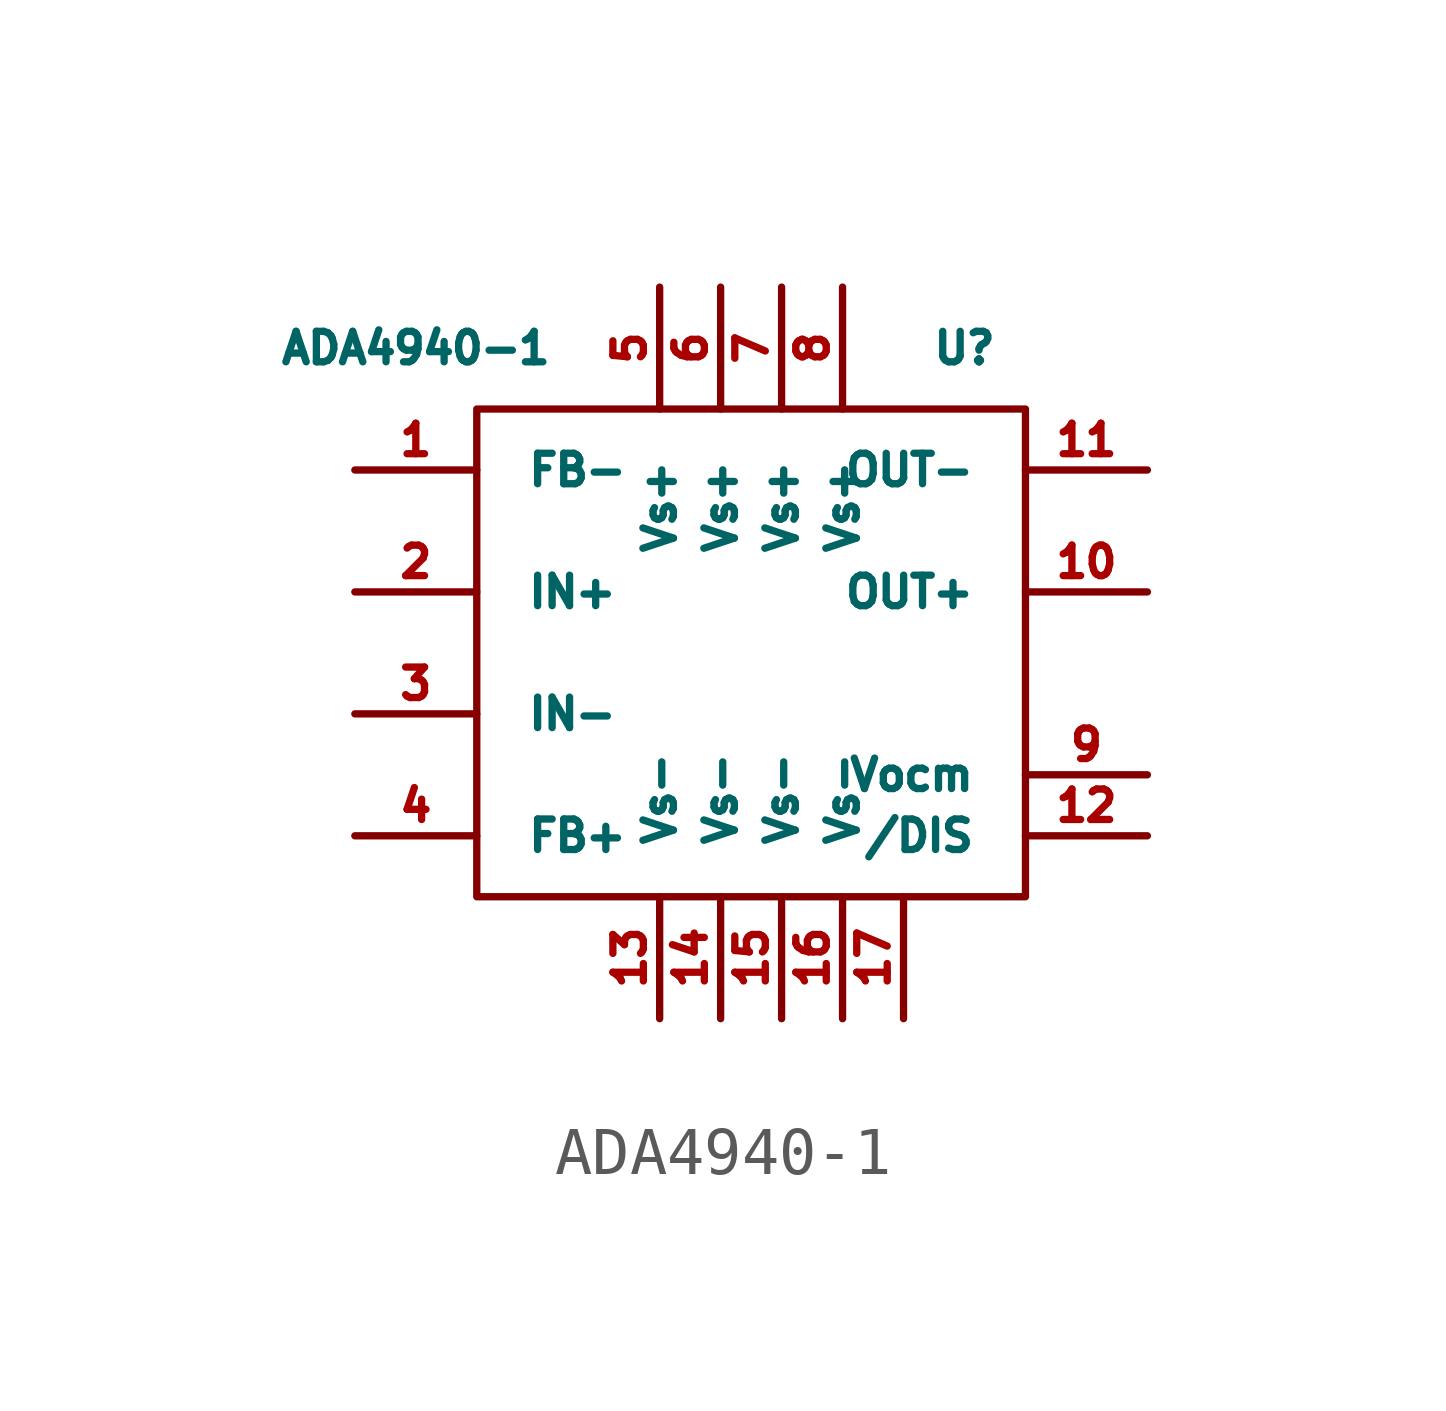
<source format=kicad_sym>
(kicad_symbol_lib
  (version 20211014)
  (generator kicad_symbol_editor)
  (symbol "ADA4940-1"
    (pin_names
      (offset 1.016))
    (property "Reference" "U"
      (at 7.62 6.35 0)
      (effects (font (size 0.635 0.635))))
    (property "Value" "ADA4940-1"
      (at -3.81 6.35 0)
      (effects (font (size 0.635 0.635))))
    (symbol "ADA4940-1_0_1"
      (rectangle (start -2.54 5.08) (end 8.89 -5.08) (stroke (width 0) (type default) (color 0 0 0 0)) (fill (type none))))
    (symbol "ADA4940-1_1_1"
      (pin output line (at -5.08 3.81 0) (length 2.54) (name "FB-" (effects (font (size 0.635 0.635)))) (number "1" (effects (font (size 0.635 0.635)))))
      (pin output line (at 11.43 1.27 180) (length 2.54) (name "OUT+" (effects (font (size 0.635 0.635)))) (number "10" (effects (font (size 0.635 0.635)))))
      (pin output line (at 11.43 3.81 180) (length 2.54) (name "OUT-" (effects (font (size 0.635 0.635)))) (number "11" (effects (font (size 0.635 0.635)))))
      (pin input line (at 11.43 -3.81 180) (length 2.54) (name "/DIS" (effects (font (size 0.635 0.635)))) (number "12" (effects (font (size 0.635 0.635)))))
      (pin power_in line (at 1.27 -7.62 90) (length 2.54) (name "Vs-" (effects (font (size 0.635 0.635)))) (number "13" (effects (font (size 0.635 0.635)))))
      (pin power_in line (at 2.54 -7.62 90) (length 2.54) (name "Vs-" (effects (font (size 0.635 0.635)))) (number "14" (effects (font (size 0.635 0.635)))))
      (pin power_in line (at 3.81 -7.62 90) (length 2.54) (name "Vs-" (effects (font (size 0.635 0.635)))) (number "15" (effects (font (size 0.635 0.635)))))
      (pin power_in line (at 5.08 -7.62 90) (length 2.54) (name "Vs-" (effects (font (size 0.635 0.635)))) (number "16" (effects (font (size 0.635 0.635)))))
      (pin power_in line (at 6.35 -7.62 90) (length 2.54) (name "~" (effects (font (size 0.635 0.635)))) (number "17" (effects (font (size 0.635 0.635)))))
      (pin input line (at -5.08 1.27 0) (length 2.54) (name "IN+" (effects (font (size 0.635 0.635)))) (number "2" (effects (font (size 0.635 0.635)))))
      (pin input line (at -5.08 -1.27 0) (length 2.54) (name "IN-" (effects (font (size 0.635 0.635)))) (number "3" (effects (font (size 0.635 0.635)))))
      (pin output line (at -5.08 -3.81 0) (length 2.54) (name "FB+" (effects (font (size 0.635 0.635)))) (number "4" (effects (font (size 0.635 0.635)))))
      (pin power_in line (at 1.27 7.62 270) (length 2.54) (name "Vs+" (effects (font (size 0.635 0.635)))) (number "5" (effects (font (size 0.635 0.635)))))
      (pin power_in line (at 2.54 7.62 270) (length 2.54) (name "Vs+" (effects (font (size 0.635 0.635)))) (number "6" (effects (font (size 0.635 0.635)))))
      (pin power_in line (at 3.81 7.62 270) (length 2.54) (name "Vs+" (effects (font (size 0.635 0.635)))) (number "7" (effects (font (size 0.635 0.635)))))
      (pin power_in line (at 5.08 7.62 270) (length 2.54) (name "Vs+" (effects (font (size 0.635 0.635)))) (number "8" (effects (font (size 0.635 0.635)))))
      (pin input line (at 11.43 -2.54 180) (length 2.54) (name "Vocm" (effects (font (size 0.635 0.635)))) (number "9" (effects (font (size 0.635 0.635))))))))
</source>
